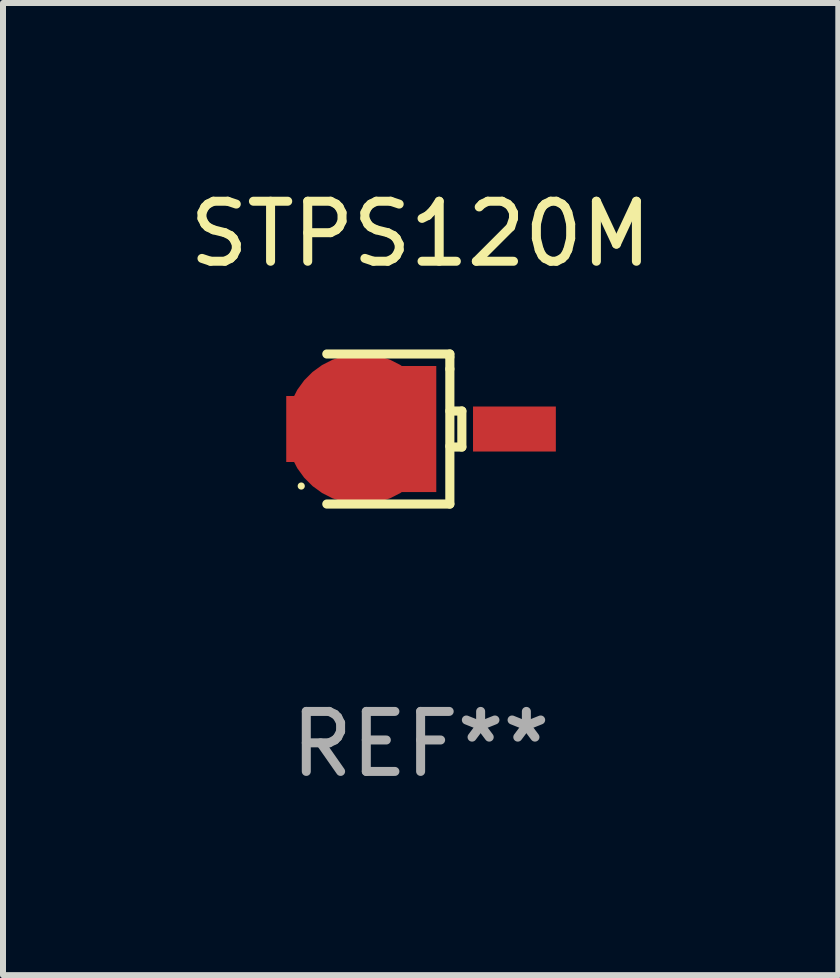
<source format=kicad_pcb>
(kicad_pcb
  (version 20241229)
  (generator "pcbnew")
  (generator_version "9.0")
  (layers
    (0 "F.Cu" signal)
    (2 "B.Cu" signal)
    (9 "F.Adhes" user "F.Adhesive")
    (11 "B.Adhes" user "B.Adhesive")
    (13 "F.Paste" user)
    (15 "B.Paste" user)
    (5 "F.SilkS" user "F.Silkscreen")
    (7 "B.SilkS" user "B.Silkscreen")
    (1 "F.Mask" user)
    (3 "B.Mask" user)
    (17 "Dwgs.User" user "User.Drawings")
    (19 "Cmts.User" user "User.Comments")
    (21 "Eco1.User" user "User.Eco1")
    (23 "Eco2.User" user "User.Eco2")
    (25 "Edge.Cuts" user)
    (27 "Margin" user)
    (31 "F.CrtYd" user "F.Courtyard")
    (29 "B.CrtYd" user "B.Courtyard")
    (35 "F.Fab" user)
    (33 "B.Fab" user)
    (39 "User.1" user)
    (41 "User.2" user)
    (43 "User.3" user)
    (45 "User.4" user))
  (footprint "STPS120M"
    (layer "F.Cu")
    (at 3.958 4.098)
    (property "Reference" "STPS120M" (at 0 -3.25 0) (layer "F.SilkS") (effects (font (size 1 1) (thickness 0.15))))
    (attr through_hole)
    (fp_line (start 0.487 -1.25) (end -1.563 -1.25) (stroke (width 0.152) (type solid)) (layer "F.SilkS"))
    (fp_line (start 0.487 -1.2) (end 0.487 -1.25) (stroke (width 0.152) (type solid)) (layer "F.SilkS"))
    (fp_line (start 0.487 -1) (end 0.487 -1.2) (stroke (width 0.152) (type solid)) (layer "F.SilkS"))
    (fp_line (start 0.487 -1) (end 0.487 1.25) (stroke (width 0.152) (type solid)) (layer "F.SilkS"))
    (fp_line (start 0.487 1.25) (end -1.563 1.25) (stroke (width 0.152) (type solid)) (layer "F.SilkS"))
    (fp_line (start 0.501 0.3) (end 0.487 0.286) (stroke (width 0.152) (type solid)) (layer "F.SilkS"))
    (fp_line (start 0.687 -0.3) (end 0.487 -0.3) (stroke (width 0.152) (type solid)) (layer "F.SilkS"))
    (fp_line (start 0.687 -0.3) (end 0.687 0.3) (stroke (width 0.152) (type solid)) (layer "F.SilkS"))
    (fp_line (start 0.687 0.3) (end 0.501 0.3) (stroke (width 0.152) (type solid)) (layer "F.SilkS"))
    (fp_circle (center -1.989 0.95) (end -1.959 0.95) (stroke (width 0.06) (type solid)) (fill no) (layer "F.SilkS"))
    (fp_text user "REF**" (at 0 5.25 0) (layer "F.Fab") (effects (font (size 1 1) (thickness 0.15))))
    (pad "1" smd custom (at -0.989 -0.000013) (size 2.5 2.1) (layers "F.Cu" "F.Mask" "F.Paste") (options (anchor circle)) (primitives (gr_poly (pts (xy 1.25 1.05) (xy -0.57 1.05) (xy -0.57 0.55) (xy -1.25 0.55) (xy -1.25 -0.55) (xy -0.575 -0.55) (xy -0.57 -0.55) (xy -0.57 -1.05) (xy 1.25 -1.05)) (width 0) (fill yes))))
    (pad "2" smd rect (at 1.563 -0.000013) (size 1.38 0.75) (layers "F.Cu" "F.Mask" "F.Paste")))
  (gr_rect
    (start -3 -3)
    (end 10.917 13.197)
    (stroke (width 0.1) (type default))
    (fill no)
    (layer "Edge.Cuts")))
</source>
